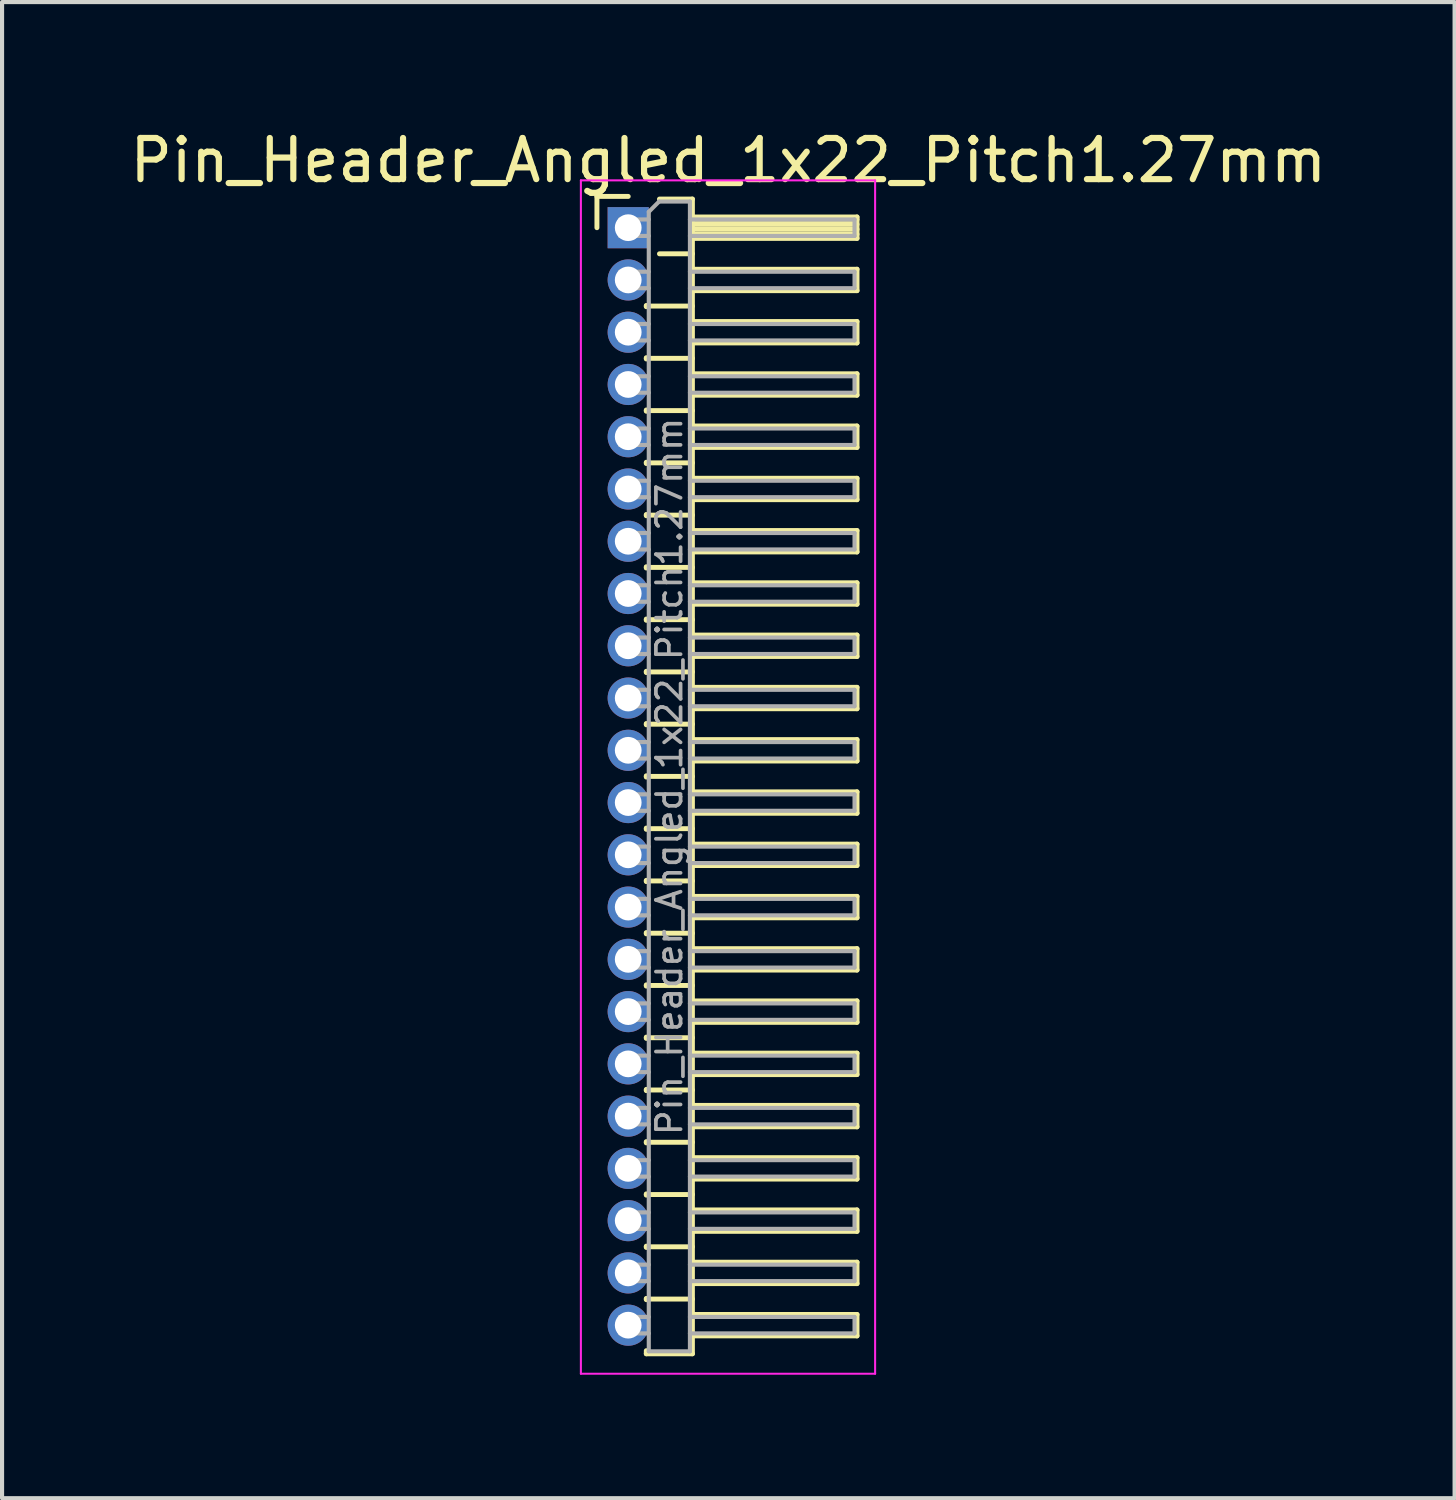
<source format=kicad_pcb>
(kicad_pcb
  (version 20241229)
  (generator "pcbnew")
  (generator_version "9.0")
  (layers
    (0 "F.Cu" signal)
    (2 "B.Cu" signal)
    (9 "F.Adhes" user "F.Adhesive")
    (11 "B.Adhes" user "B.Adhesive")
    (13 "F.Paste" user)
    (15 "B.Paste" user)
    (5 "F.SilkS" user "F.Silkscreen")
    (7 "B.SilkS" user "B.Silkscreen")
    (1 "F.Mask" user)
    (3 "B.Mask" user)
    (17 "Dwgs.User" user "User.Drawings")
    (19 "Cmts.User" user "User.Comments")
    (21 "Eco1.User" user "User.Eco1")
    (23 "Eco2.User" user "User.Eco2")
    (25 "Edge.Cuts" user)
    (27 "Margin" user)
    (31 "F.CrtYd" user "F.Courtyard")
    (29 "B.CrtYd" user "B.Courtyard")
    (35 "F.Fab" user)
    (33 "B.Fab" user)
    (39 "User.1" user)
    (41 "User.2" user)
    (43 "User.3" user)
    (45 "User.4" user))
  (footprint "Pin_Header_Angled_1x22_Pitch1.27mm"
    (layer "F.Cu")
    (at 12.216 2.483)
    (property "Reference" "Pin_Header_Angled_1x22_Pitch1.27mm" (at 2.433 -1.635 0) (layer "F.SilkS") (effects (font (size 1 1) (thickness 0.15))))
    (attr through_hole)
    (fp_line (start -0.76 -0.76) (end 0 -0.76) (stroke (width 0.12) (type solid)) (layer "F.SilkS"))
    (fp_line (start -0.76 0) (end -0.76 -0.76) (stroke (width 0.12) (type solid)) (layer "F.SilkS"))
    (fp_line (start 0.44 1.89) (end 0.44 1.92) (stroke (width 0.12) (type solid)) (layer "F.SilkS"))
    (fp_line (start 0.44 1.905) (end 1.56 1.905) (stroke (width 0.12) (type solid)) (layer "F.SilkS"))
    (fp_line (start 0.44 3.16) (end 0.44 3.19) (stroke (width 0.12) (type solid)) (layer "F.SilkS"))
    (fp_line (start 0.44 3.175) (end 1.56 3.175) (stroke (width 0.12) (type solid)) (layer "F.SilkS"))
    (fp_line (start 0.44 4.43) (end 0.44 4.46) (stroke (width 0.12) (type solid)) (layer "F.SilkS"))
    (fp_line (start 0.44 4.445) (end 1.56 4.445) (stroke (width 0.12) (type solid)) (layer "F.SilkS"))
    (fp_line (start 0.44 5.7) (end 0.44 5.73) (stroke (width 0.12) (type solid)) (layer "F.SilkS"))
    (fp_line (start 0.44 5.715) (end 1.56 5.715) (stroke (width 0.12) (type solid)) (layer "F.SilkS"))
    (fp_line (start 0.44 6.97) (end 0.44 7) (stroke (width 0.12) (type solid)) (layer "F.SilkS"))
    (fp_line (start 0.44 6.985) (end 1.56 6.985) (stroke (width 0.12) (type solid)) (layer "F.SilkS"))
    (fp_line (start 0.44 8.24) (end 0.44 8.27) (stroke (width 0.12) (type solid)) (layer "F.SilkS"))
    (fp_line (start 0.44 8.255) (end 1.56 8.255) (stroke (width 0.12) (type solid)) (layer "F.SilkS"))
    (fp_line (start 0.44 9.51) (end 0.44 9.54) (stroke (width 0.12) (type solid)) (layer "F.SilkS"))
    (fp_line (start 0.44 9.525) (end 1.56 9.525) (stroke (width 0.12) (type solid)) (layer "F.SilkS"))
    (fp_line (start 0.44 10.78) (end 0.44 10.81) (stroke (width 0.12) (type solid)) (layer "F.SilkS"))
    (fp_line (start 0.44 10.795) (end 1.56 10.795) (stroke (width 0.12) (type solid)) (layer "F.SilkS"))
    (fp_line (start 0.44 12.05) (end 0.44 12.08) (stroke (width 0.12) (type solid)) (layer "F.SilkS"))
    (fp_line (start 0.44 12.065) (end 1.56 12.065) (stroke (width 0.12) (type solid)) (layer "F.SilkS"))
    (fp_line (start 0.44 13.32) (end 0.44 13.35) (stroke (width 0.12) (type solid)) (layer "F.SilkS"))
    (fp_line (start 0.44 13.335) (end 1.56 13.335) (stroke (width 0.12) (type solid)) (layer "F.SilkS"))
    (fp_line (start 0.44 14.59) (end 0.44 14.62) (stroke (width 0.12) (type solid)) (layer "F.SilkS"))
    (fp_line (start 0.44 14.605) (end 1.56 14.605) (stroke (width 0.12) (type solid)) (layer "F.SilkS"))
    (fp_line (start 0.44 15.86) (end 0.44 15.89) (stroke (width 0.12) (type solid)) (layer "F.SilkS"))
    (fp_line (start 0.44 15.875) (end 1.56 15.875) (stroke (width 0.12) (type solid)) (layer "F.SilkS"))
    (fp_line (start 0.44 17.13) (end 0.44 17.16) (stroke (width 0.12) (type solid)) (layer "F.SilkS"))
    (fp_line (start 0.44 17.145) (end 1.56 17.145) (stroke (width 0.12) (type solid)) (layer "F.SilkS"))
    (fp_line (start 0.44 18.4) (end 0.44 18.43) (stroke (width 0.12) (type solid)) (layer "F.SilkS"))
    (fp_line (start 0.44 18.415) (end 1.56 18.415) (stroke (width 0.12) (type solid)) (layer "F.SilkS"))
    (fp_line (start 0.44 19.67) (end 0.44 19.7) (stroke (width 0.12) (type solid)) (layer "F.SilkS"))
    (fp_line (start 0.44 19.685) (end 1.56 19.685) (stroke (width 0.12) (type solid)) (layer "F.SilkS"))
    (fp_line (start 0.44 20.94) (end 0.44 20.97) (stroke (width 0.12) (type solid)) (layer "F.SilkS"))
    (fp_line (start 0.44 20.955) (end 1.56 20.955) (stroke (width 0.12) (type solid)) (layer "F.SilkS"))
    (fp_line (start 0.44 22.21) (end 0.44 22.24) (stroke (width 0.12) (type solid)) (layer "F.SilkS"))
    (fp_line (start 0.44 22.225) (end 1.56 22.225) (stroke (width 0.12) (type solid)) (layer "F.SilkS"))
    (fp_line (start 0.44 23.48) (end 0.44 23.51) (stroke (width 0.12) (type solid)) (layer "F.SilkS"))
    (fp_line (start 0.44 23.495) (end 1.56 23.495) (stroke (width 0.12) (type solid)) (layer "F.SilkS"))
    (fp_line (start 0.44 24.75) (end 0.44 24.78) (stroke (width 0.12) (type solid)) (layer "F.SilkS"))
    (fp_line (start 0.44 24.765) (end 1.56 24.765) (stroke (width 0.12) (type solid)) (layer "F.SilkS"))
    (fp_line (start 0.44 26.02) (end 0.44 26.05) (stroke (width 0.12) (type solid)) (layer "F.SilkS"))
    (fp_line (start 0.44 26.035) (end 1.56 26.035) (stroke (width 0.12) (type solid)) (layer "F.SilkS"))
    (fp_line (start 0.44 27.365) (end 0.44 27.29) (stroke (width 0.12) (type solid)) (layer "F.SilkS"))
    (fp_line (start 0.76 -0.695) (end 1.56 -0.695) (stroke (width 0.12) (type solid)) (layer "F.SilkS"))
    (fp_line (start 0.76 0.635) (end 1.56 0.635) (stroke (width 0.12) (type solid)) (layer "F.SilkS"))
    (fp_line (start 1.56 -0.695) (end 1.56 27.365) (stroke (width 0.12) (type solid)) (layer "F.SilkS"))
    (fp_line (start 1.56 -0.26) (end 5.56 -0.26) (stroke (width 0.12) (type solid)) (layer "F.SilkS"))
    (fp_line (start 1.56 -0.2) (end 5.56 -0.2) (stroke (width 0.12) (type solid)) (layer "F.SilkS"))
    (fp_line (start 1.56 -0.08) (end 5.56 -0.08) (stroke (width 0.12) (type solid)) (layer "F.SilkS"))
    (fp_line (start 1.56 0.04) (end 5.56 0.04) (stroke (width 0.12) (type solid)) (layer "F.SilkS"))
    (fp_line (start 1.56 0.16) (end 5.56 0.16) (stroke (width 0.12) (type solid)) (layer "F.SilkS"))
    (fp_line (start 1.56 1.01) (end 5.56 1.01) (stroke (width 0.12) (type solid)) (layer "F.SilkS"))
    (fp_line (start 1.56 2.28) (end 5.56 2.28) (stroke (width 0.12) (type solid)) (layer "F.SilkS"))
    (fp_line (start 1.56 3.55) (end 5.56 3.55) (stroke (width 0.12) (type solid)) (layer "F.SilkS"))
    (fp_line (start 1.56 4.82) (end 5.56 4.82) (stroke (width 0.12) (type solid)) (layer "F.SilkS"))
    (fp_line (start 1.56 6.09) (end 5.56 6.09) (stroke (width 0.12) (type solid)) (layer "F.SilkS"))
    (fp_line (start 1.56 7.36) (end 5.56 7.36) (stroke (width 0.12) (type solid)) (layer "F.SilkS"))
    (fp_line (start 1.56 8.63) (end 5.56 8.63) (stroke (width 0.12) (type solid)) (layer "F.SilkS"))
    (fp_line (start 1.56 9.9) (end 5.56 9.9) (stroke (width 0.12) (type solid)) (layer "F.SilkS"))
    (fp_line (start 1.56 11.17) (end 5.56 11.17) (stroke (width 0.12) (type solid)) (layer "F.SilkS"))
    (fp_line (start 1.56 12.44) (end 5.56 12.44) (stroke (width 0.12) (type solid)) (layer "F.SilkS"))
    (fp_line (start 1.56 13.71) (end 5.56 13.71) (stroke (width 0.12) (type solid)) (layer "F.SilkS"))
    (fp_line (start 1.56 14.98) (end 5.56 14.98) (stroke (width 0.12) (type solid)) (layer "F.SilkS"))
    (fp_line (start 1.56 16.25) (end 5.56 16.25) (stroke (width 0.12) (type solid)) (layer "F.SilkS"))
    (fp_line (start 1.56 17.52) (end 5.56 17.52) (stroke (width 0.12) (type solid)) (layer "F.SilkS"))
    (fp_line (start 1.56 18.79) (end 5.56 18.79) (stroke (width 0.12) (type solid)) (layer "F.SilkS"))
    (fp_line (start 1.56 20.06) (end 5.56 20.06) (stroke (width 0.12) (type solid)) (layer "F.SilkS"))
    (fp_line (start 1.56 21.33) (end 5.56 21.33) (stroke (width 0.12) (type solid)) (layer "F.SilkS"))
    (fp_line (start 1.56 22.6) (end 5.56 22.6) (stroke (width 0.12) (type solid)) (layer "F.SilkS"))
    (fp_line (start 1.56 23.87) (end 5.56 23.87) (stroke (width 0.12) (type solid)) (layer "F.SilkS"))
    (fp_line (start 1.56 25.14) (end 5.56 25.14) (stroke (width 0.12) (type solid)) (layer "F.SilkS"))
    (fp_line (start 1.56 26.41) (end 5.56 26.41) (stroke (width 0.12) (type solid)) (layer "F.SilkS"))
    (fp_line (start 1.56 27.365) (end 0.44 27.365) (stroke (width 0.12) (type solid)) (layer "F.SilkS"))
    (fp_line (start 5.56 -0.26) (end 5.56 0.26) (stroke (width 0.12) (type solid)) (layer "F.SilkS"))
    (fp_line (start 5.56 0.26) (end 1.56 0.26) (stroke (width 0.12) (type solid)) (layer "F.SilkS"))
    (fp_line (start 5.56 1.01) (end 5.56 1.53) (stroke (width 0.12) (type solid)) (layer "F.SilkS"))
    (fp_line (start 5.56 1.53) (end 1.56 1.53) (stroke (width 0.12) (type solid)) (layer "F.SilkS"))
    (fp_line (start 5.56 2.28) (end 5.56 2.8) (stroke (width 0.12) (type solid)) (layer "F.SilkS"))
    (fp_line (start 5.56 2.8) (end 1.56 2.8) (stroke (width 0.12) (type solid)) (layer "F.SilkS"))
    (fp_line (start 5.56 3.55) (end 5.56 4.07) (stroke (width 0.12) (type solid)) (layer "F.SilkS"))
    (fp_line (start 5.56 4.07) (end 1.56 4.07) (stroke (width 0.12) (type solid)) (layer "F.SilkS"))
    (fp_line (start 5.56 4.82) (end 5.56 5.34) (stroke (width 0.12) (type solid)) (layer "F.SilkS"))
    (fp_line (start 5.56 5.34) (end 1.56 5.34) (stroke (width 0.12) (type solid)) (layer "F.SilkS"))
    (fp_line (start 5.56 6.09) (end 5.56 6.61) (stroke (width 0.12) (type solid)) (layer "F.SilkS"))
    (fp_line (start 5.56 6.61) (end 1.56 6.61) (stroke (width 0.12) (type solid)) (layer "F.SilkS"))
    (fp_line (start 5.56 7.36) (end 5.56 7.88) (stroke (width 0.12) (type solid)) (layer "F.SilkS"))
    (fp_line (start 5.56 7.88) (end 1.56 7.88) (stroke (width 0.12) (type solid)) (layer "F.SilkS"))
    (fp_line (start 5.56 8.63) (end 5.56 9.15) (stroke (width 0.12) (type solid)) (layer "F.SilkS"))
    (fp_line (start 5.56 9.15) (end 1.56 9.15) (stroke (width 0.12) (type solid)) (layer "F.SilkS"))
    (fp_line (start 5.56 9.9) (end 5.56 10.42) (stroke (width 0.12) (type solid)) (layer "F.SilkS"))
    (fp_line (start 5.56 10.42) (end 1.56 10.42) (stroke (width 0.12) (type solid)) (layer "F.SilkS"))
    (fp_line (start 5.56 11.17) (end 5.56 11.69) (stroke (width 0.12) (type solid)) (layer "F.SilkS"))
    (fp_line (start 5.56 11.69) (end 1.56 11.69) (stroke (width 0.12) (type solid)) (layer "F.SilkS"))
    (fp_line (start 5.56 12.44) (end 5.56 12.96) (stroke (width 0.12) (type solid)) (layer "F.SilkS"))
    (fp_line (start 5.56 12.96) (end 1.56 12.96) (stroke (width 0.12) (type solid)) (layer "F.SilkS"))
    (fp_line (start 5.56 13.71) (end 5.56 14.23) (stroke (width 0.12) (type solid)) (layer "F.SilkS"))
    (fp_line (start 5.56 14.23) (end 1.56 14.23) (stroke (width 0.12) (type solid)) (layer "F.SilkS"))
    (fp_line (start 5.56 14.98) (end 5.56 15.5) (stroke (width 0.12) (type solid)) (layer "F.SilkS"))
    (fp_line (start 5.56 15.5) (end 1.56 15.5) (stroke (width 0.12) (type solid)) (layer "F.SilkS"))
    (fp_line (start 5.56 16.25) (end 5.56 16.77) (stroke (width 0.12) (type solid)) (layer "F.SilkS"))
    (fp_line (start 5.56 16.77) (end 1.56 16.77) (stroke (width 0.12) (type solid)) (layer "F.SilkS"))
    (fp_line (start 5.56 17.52) (end 5.56 18.04) (stroke (width 0.12) (type solid)) (layer "F.SilkS"))
    (fp_line (start 5.56 18.04) (end 1.56 18.04) (stroke (width 0.12) (type solid)) (layer "F.SilkS"))
    (fp_line (start 5.56 18.79) (end 5.56 19.31) (stroke (width 0.12) (type solid)) (layer "F.SilkS"))
    (fp_line (start 5.56 19.31) (end 1.56 19.31) (stroke (width 0.12) (type solid)) (layer "F.SilkS"))
    (fp_line (start 5.56 20.06) (end 5.56 20.58) (stroke (width 0.12) (type solid)) (layer "F.SilkS"))
    (fp_line (start 5.56 20.58) (end 1.56 20.58) (stroke (width 0.12) (type solid)) (layer "F.SilkS"))
    (fp_line (start 5.56 21.33) (end 5.56 21.85) (stroke (width 0.12) (type solid)) (layer "F.SilkS"))
    (fp_line (start 5.56 21.85) (end 1.56 21.85) (stroke (width 0.12) (type solid)) (layer "F.SilkS"))
    (fp_line (start 5.56 22.6) (end 5.56 23.12) (stroke (width 0.12) (type solid)) (layer "F.SilkS"))
    (fp_line (start 5.56 23.12) (end 1.56 23.12) (stroke (width 0.12) (type solid)) (layer "F.SilkS"))
    (fp_line (start 5.56 23.87) (end 5.56 24.39) (stroke (width 0.12) (type solid)) (layer "F.SilkS"))
    (fp_line (start 5.56 24.39) (end 1.56 24.39) (stroke (width 0.12) (type solid)) (layer "F.SilkS"))
    (fp_line (start 5.56 25.14) (end 5.56 25.66) (stroke (width 0.12) (type solid)) (layer "F.SilkS"))
    (fp_line (start 5.56 25.66) (end 1.56 25.66) (stroke (width 0.12) (type solid)) (layer "F.SilkS"))
    (fp_line (start 5.56 26.41) (end 5.56 26.93) (stroke (width 0.12) (type solid)) (layer "F.SilkS"))
    (fp_line (start 5.56 26.93) (end 1.56 26.93) (stroke (width 0.12) (type solid)) (layer "F.SilkS"))
    (fp_line (start -1.15 -1.15) (end -1.15 27.85) (stroke (width 0.05) (type solid)) (layer "F.CrtYd"))
    (fp_line (start -1.15 27.85) (end 6 27.85) (stroke (width 0.05) (type solid)) (layer "F.CrtYd"))
    (fp_line (start 6 -1.15) (end -1.15 -1.15) (stroke (width 0.05) (type solid)) (layer "F.CrtYd"))
    (fp_line (start 6 27.85) (end 6 -1.15) (stroke (width 0.05) (type solid)) (layer "F.CrtYd"))
    (fp_line (start -0.2 -0.2) (end -0.2 0.2) (stroke (width 0.1) (type solid)) (layer "F.Fab"))
    (fp_line (start -0.2 -0.2) (end 0.5 -0.2) (stroke (width 0.1) (type solid)) (layer "F.Fab"))
    (fp_line (start -0.2 0.2) (end 0.5 0.2) (stroke (width 0.1) (type solid)) (layer "F.Fab"))
    (fp_line (start -0.2 1.07) (end -0.2 1.47) (stroke (width 0.1) (type solid)) (layer "F.Fab"))
    (fp_line (start -0.2 1.07) (end 0.5 1.07) (stroke (width 0.1) (type solid)) (layer "F.Fab"))
    (fp_line (start -0.2 1.47) (end 0.5 1.47) (stroke (width 0.1) (type solid)) (layer "F.Fab"))
    (fp_line (start -0.2 2.34) (end -0.2 2.74) (stroke (width 0.1) (type solid)) (layer "F.Fab"))
    (fp_line (start -0.2 2.34) (end 0.5 2.34) (stroke (width 0.1) (type solid)) (layer "F.Fab"))
    (fp_line (start -0.2 2.74) (end 0.5 2.74) (stroke (width 0.1) (type solid)) (layer "F.Fab"))
    (fp_line (start -0.2 3.61) (end -0.2 4.01) (stroke (width 0.1) (type solid)) (layer "F.Fab"))
    (fp_line (start -0.2 3.61) (end 0.5 3.61) (stroke (width 0.1) (type solid)) (layer "F.Fab"))
    (fp_line (start -0.2 4.01) (end 0.5 4.01) (stroke (width 0.1) (type solid)) (layer "F.Fab"))
    (fp_line (start -0.2 4.88) (end -0.2 5.28) (stroke (width 0.1) (type solid)) (layer "F.Fab"))
    (fp_line (start -0.2 4.88) (end 0.5 4.88) (stroke (width 0.1) (type solid)) (layer "F.Fab"))
    (fp_line (start -0.2 5.28) (end 0.5 5.28) (stroke (width 0.1) (type solid)) (layer "F.Fab"))
    (fp_line (start -0.2 6.15) (end -0.2 6.55) (stroke (width 0.1) (type solid)) (layer "F.Fab"))
    (fp_line (start -0.2 6.15) (end 0.5 6.15) (stroke (width 0.1) (type solid)) (layer "F.Fab"))
    (fp_line (start -0.2 6.55) (end 0.5 6.55) (stroke (width 0.1) (type solid)) (layer "F.Fab"))
    (fp_line (start -0.2 7.42) (end -0.2 7.82) (stroke (width 0.1) (type solid)) (layer "F.Fab"))
    (fp_line (start -0.2 7.42) (end 0.5 7.42) (stroke (width 0.1) (type solid)) (layer "F.Fab"))
    (fp_line (start -0.2 7.82) (end 0.5 7.82) (stroke (width 0.1) (type solid)) (layer "F.Fab"))
    (fp_line (start -0.2 8.69) (end -0.2 9.09) (stroke (width 0.1) (type solid)) (layer "F.Fab"))
    (fp_line (start -0.2 8.69) (end 0.5 8.69) (stroke (width 0.1) (type solid)) (layer "F.Fab"))
    (fp_line (start -0.2 9.09) (end 0.5 9.09) (stroke (width 0.1) (type solid)) (layer "F.Fab"))
    (fp_line (start -0.2 9.96) (end -0.2 10.36) (stroke (width 0.1) (type solid)) (layer "F.Fab"))
    (fp_line (start -0.2 9.96) (end 0.5 9.96) (stroke (width 0.1) (type solid)) (layer "F.Fab"))
    (fp_line (start -0.2 10.36) (end 0.5 10.36) (stroke (width 0.1) (type solid)) (layer "F.Fab"))
    (fp_line (start -0.2 11.23) (end -0.2 11.63) (stroke (width 0.1) (type solid)) (layer "F.Fab"))
    (fp_line (start -0.2 11.23) (end 0.5 11.23) (stroke (width 0.1) (type solid)) (layer "F.Fab"))
    (fp_line (start -0.2 11.63) (end 0.5 11.63) (stroke (width 0.1) (type solid)) (layer "F.Fab"))
    (fp_line (start -0.2 12.5) (end -0.2 12.9) (stroke (width 0.1) (type solid)) (layer "F.Fab"))
    (fp_line (start -0.2 12.5) (end 0.5 12.5) (stroke (width 0.1) (type solid)) (layer "F.Fab"))
    (fp_line (start -0.2 12.9) (end 0.5 12.9) (stroke (width 0.1) (type solid)) (layer "F.Fab"))
    (fp_line (start -0.2 13.77) (end -0.2 14.17) (stroke (width 0.1) (type solid)) (layer "F.Fab"))
    (fp_line (start -0.2 13.77) (end 0.5 13.77) (stroke (width 0.1) (type solid)) (layer "F.Fab"))
    (fp_line (start -0.2 14.17) (end 0.5 14.17) (stroke (width 0.1) (type solid)) (layer "F.Fab"))
    (fp_line (start -0.2 15.04) (end -0.2 15.44) (stroke (width 0.1) (type solid)) (layer "F.Fab"))
    (fp_line (start -0.2 15.04) (end 0.5 15.04) (stroke (width 0.1) (type solid)) (layer "F.Fab"))
    (fp_line (start -0.2 15.44) (end 0.5 15.44) (stroke (width 0.1) (type solid)) (layer "F.Fab"))
    (fp_line (start -0.2 16.31) (end -0.2 16.71) (stroke (width 0.1) (type solid)) (layer "F.Fab"))
    (fp_line (start -0.2 16.31) (end 0.5 16.31) (stroke (width 0.1) (type solid)) (layer "F.Fab"))
    (fp_line (start -0.2 16.71) (end 0.5 16.71) (stroke (width 0.1) (type solid)) (layer "F.Fab"))
    (fp_line (start -0.2 17.58) (end -0.2 17.98) (stroke (width 0.1) (type solid)) (layer "F.Fab"))
    (fp_line (start -0.2 17.58) (end 0.5 17.58) (stroke (width 0.1) (type solid)) (layer "F.Fab"))
    (fp_line (start -0.2 17.98) (end 0.5 17.98) (stroke (width 0.1) (type solid)) (layer "F.Fab"))
    (fp_line (start -0.2 18.85) (end -0.2 19.25) (stroke (width 0.1) (type solid)) (layer "F.Fab"))
    (fp_line (start -0.2 18.85) (end 0.5 18.85) (stroke (width 0.1) (type solid)) (layer "F.Fab"))
    (fp_line (start -0.2 19.25) (end 0.5 19.25) (stroke (width 0.1) (type solid)) (layer "F.Fab"))
    (fp_line (start -0.2 20.12) (end -0.2 20.52) (stroke (width 0.1) (type solid)) (layer "F.Fab"))
    (fp_line (start -0.2 20.12) (end 0.5 20.12) (stroke (width 0.1) (type solid)) (layer "F.Fab"))
    (fp_line (start -0.2 20.52) (end 0.5 20.52) (stroke (width 0.1) (type solid)) (layer "F.Fab"))
    (fp_line (start -0.2 21.39) (end -0.2 21.79) (stroke (width 0.1) (type solid)) (layer "F.Fab"))
    (fp_line (start -0.2 21.39) (end 0.5 21.39) (stroke (width 0.1) (type solid)) (layer "F.Fab"))
    (fp_line (start -0.2 21.79) (end 0.5 21.79) (stroke (width 0.1) (type solid)) (layer "F.Fab"))
    (fp_line (start -0.2 22.66) (end -0.2 23.06) (stroke (width 0.1) (type solid)) (layer "F.Fab"))
    (fp_line (start -0.2 22.66) (end 0.5 22.66) (stroke (width 0.1) (type solid)) (layer "F.Fab"))
    (fp_line (start -0.2 23.06) (end 0.5 23.06) (stroke (width 0.1) (type solid)) (layer "F.Fab"))
    (fp_line (start -0.2 23.93) (end -0.2 24.33) (stroke (width 0.1) (type solid)) (layer "F.Fab"))
    (fp_line (start -0.2 23.93) (end 0.5 23.93) (stroke (width 0.1) (type solid)) (layer "F.Fab"))
    (fp_line (start -0.2 24.33) (end 0.5 24.33) (stroke (width 0.1) (type solid)) (layer "F.Fab"))
    (fp_line (start -0.2 25.2) (end -0.2 25.6) (stroke (width 0.1) (type solid)) (layer "F.Fab"))
    (fp_line (start -0.2 25.2) (end 0.5 25.2) (stroke (width 0.1) (type solid)) (layer "F.Fab"))
    (fp_line (start -0.2 25.6) (end 0.5 25.6) (stroke (width 0.1) (type solid)) (layer "F.Fab"))
    (fp_line (start -0.2 26.47) (end -0.2 26.87) (stroke (width 0.1) (type solid)) (layer "F.Fab"))
    (fp_line (start -0.2 26.47) (end 0.5 26.47) (stroke (width 0.1) (type solid)) (layer "F.Fab"))
    (fp_line (start -0.2 26.87) (end 0.5 26.87) (stroke (width 0.1) (type solid)) (layer "F.Fab"))
    (fp_line (start 0.5 -0.385) (end 0.75 -0.635) (stroke (width 0.1) (type solid)) (layer "F.Fab"))
    (fp_line (start 0.5 27.305) (end 0.5 -0.385) (stroke (width 0.1) (type solid)) (layer "F.Fab"))
    (fp_line (start 0.75 -0.635) (end 1.5 -0.635) (stroke (width 0.1) (type solid)) (layer "F.Fab"))
    (fp_line (start 1.5 -0.635) (end 1.5 27.305) (stroke (width 0.1) (type solid)) (layer "F.Fab"))
    (fp_line (start 1.5 -0.2) (end 5.5 -0.2) (stroke (width 0.1) (type solid)) (layer "F.Fab"))
    (fp_line (start 1.5 0.2) (end 5.5 0.2) (stroke (width 0.1) (type solid)) (layer "F.Fab"))
    (fp_line (start 1.5 1.07) (end 5.5 1.07) (stroke (width 0.1) (type solid)) (layer "F.Fab"))
    (fp_line (start 1.5 1.47) (end 5.5 1.47) (stroke (width 0.1) (type solid)) (layer "F.Fab"))
    (fp_line (start 1.5 2.34) (end 5.5 2.34) (stroke (width 0.1) (type solid)) (layer "F.Fab"))
    (fp_line (start 1.5 2.74) (end 5.5 2.74) (stroke (width 0.1) (type solid)) (layer "F.Fab"))
    (fp_line (start 1.5 3.61) (end 5.5 3.61) (stroke (width 0.1) (type solid)) (layer "F.Fab"))
    (fp_line (start 1.5 4.01) (end 5.5 4.01) (stroke (width 0.1) (type solid)) (layer "F.Fab"))
    (fp_line (start 1.5 4.88) (end 5.5 4.88) (stroke (width 0.1) (type solid)) (layer "F.Fab"))
    (fp_line (start 1.5 5.28) (end 5.5 5.28) (stroke (width 0.1) (type solid)) (layer "F.Fab"))
    (fp_line (start 1.5 6.15) (end 5.5 6.15) (stroke (width 0.1) (type solid)) (layer "F.Fab"))
    (fp_line (start 1.5 6.55) (end 5.5 6.55) (stroke (width 0.1) (type solid)) (layer "F.Fab"))
    (fp_line (start 1.5 7.42) (end 5.5 7.42) (stroke (width 0.1) (type solid)) (layer "F.Fab"))
    (fp_line (start 1.5 7.82) (end 5.5 7.82) (stroke (width 0.1) (type solid)) (layer "F.Fab"))
    (fp_line (start 1.5 8.69) (end 5.5 8.69) (stroke (width 0.1) (type solid)) (layer "F.Fab"))
    (fp_line (start 1.5 9.09) (end 5.5 9.09) (stroke (width 0.1) (type solid)) (layer "F.Fab"))
    (fp_line (start 1.5 9.96) (end 5.5 9.96) (stroke (width 0.1) (type solid)) (layer "F.Fab"))
    (fp_line (start 1.5 10.36) (end 5.5 10.36) (stroke (width 0.1) (type solid)) (layer "F.Fab"))
    (fp_line (start 1.5 11.23) (end 5.5 11.23) (stroke (width 0.1) (type solid)) (layer "F.Fab"))
    (fp_line (start 1.5 11.63) (end 5.5 11.63) (stroke (width 0.1) (type solid)) (layer "F.Fab"))
    (fp_line (start 1.5 12.5) (end 5.5 12.5) (stroke (width 0.1) (type solid)) (layer "F.Fab"))
    (fp_line (start 1.5 12.9) (end 5.5 12.9) (stroke (width 0.1) (type solid)) (layer "F.Fab"))
    (fp_line (start 1.5 13.77) (end 5.5 13.77) (stroke (width 0.1) (type solid)) (layer "F.Fab"))
    (fp_line (start 1.5 14.17) (end 5.5 14.17) (stroke (width 0.1) (type solid)) (layer "F.Fab"))
    (fp_line (start 1.5 15.04) (end 5.5 15.04) (stroke (width 0.1) (type solid)) (layer "F.Fab"))
    (fp_line (start 1.5 15.44) (end 5.5 15.44) (stroke (width 0.1) (type solid)) (layer "F.Fab"))
    (fp_line (start 1.5 16.31) (end 5.5 16.31) (stroke (width 0.1) (type solid)) (layer "F.Fab"))
    (fp_line (start 1.5 16.71) (end 5.5 16.71) (stroke (width 0.1) (type solid)) (layer "F.Fab"))
    (fp_line (start 1.5 17.58) (end 5.5 17.58) (stroke (width 0.1) (type solid)) (layer "F.Fab"))
    (fp_line (start 1.5 17.98) (end 5.5 17.98) (stroke (width 0.1) (type solid)) (layer "F.Fab"))
    (fp_line (start 1.5 18.85) (end 5.5 18.85) (stroke (width 0.1) (type solid)) (layer "F.Fab"))
    (fp_line (start 1.5 19.25) (end 5.5 19.25) (stroke (width 0.1) (type solid)) (layer "F.Fab"))
    (fp_line (start 1.5 20.12) (end 5.5 20.12) (stroke (width 0.1) (type solid)) (layer "F.Fab"))
    (fp_line (start 1.5 20.52) (end 5.5 20.52) (stroke (width 0.1) (type solid)) (layer "F.Fab"))
    (fp_line (start 1.5 21.39) (end 5.5 21.39) (stroke (width 0.1) (type solid)) (layer "F.Fab"))
    (fp_line (start 1.5 21.79) (end 5.5 21.79) (stroke (width 0.1) (type solid)) (layer "F.Fab"))
    (fp_line (start 1.5 22.66) (end 5.5 22.66) (stroke (width 0.1) (type solid)) (layer "F.Fab"))
    (fp_line (start 1.5 23.06) (end 5.5 23.06) (stroke (width 0.1) (type solid)) (layer "F.Fab"))
    (fp_line (start 1.5 23.93) (end 5.5 23.93) (stroke (width 0.1) (type solid)) (layer "F.Fab"))
    (fp_line (start 1.5 24.33) (end 5.5 24.33) (stroke (width 0.1) (type solid)) (layer "F.Fab"))
    (fp_line (start 1.5 25.2) (end 5.5 25.2) (stroke (width 0.1) (type solid)) (layer "F.Fab"))
    (fp_line (start 1.5 25.6) (end 5.5 25.6) (stroke (width 0.1) (type solid)) (layer "F.Fab"))
    (fp_line (start 1.5 26.47) (end 5.5 26.47) (stroke (width 0.1) (type solid)) (layer "F.Fab"))
    (fp_line (start 1.5 26.87) (end 5.5 26.87) (stroke (width 0.1) (type solid)) (layer "F.Fab"))
    (fp_line (start 1.5 27.305) (end 0.5 27.305) (stroke (width 0.1) (type solid)) (layer "F.Fab"))
    (fp_line (start 5.5 -0.2) (end 5.5 0.2) (stroke (width 0.1) (type solid)) (layer "F.Fab"))
    (fp_line (start 5.5 1.07) (end 5.5 1.47) (stroke (width 0.1) (type solid)) (layer "F.Fab"))
    (fp_line (start 5.5 2.34) (end 5.5 2.74) (stroke (width 0.1) (type solid)) (layer "F.Fab"))
    (fp_line (start 5.5 3.61) (end 5.5 4.01) (stroke (width 0.1) (type solid)) (layer "F.Fab"))
    (fp_line (start 5.5 4.88) (end 5.5 5.28) (stroke (width 0.1) (type solid)) (layer "F.Fab"))
    (fp_line (start 5.5 6.15) (end 5.5 6.55) (stroke (width 0.1) (type solid)) (layer "F.Fab"))
    (fp_line (start 5.5 7.42) (end 5.5 7.82) (stroke (width 0.1) (type solid)) (layer "F.Fab"))
    (fp_line (start 5.5 8.69) (end 5.5 9.09) (stroke (width 0.1) (type solid)) (layer "F.Fab"))
    (fp_line (start 5.5 9.96) (end 5.5 10.36) (stroke (width 0.1) (type solid)) (layer "F.Fab"))
    (fp_line (start 5.5 11.23) (end 5.5 11.63) (stroke (width 0.1) (type solid)) (layer "F.Fab"))
    (fp_line (start 5.5 12.5) (end 5.5 12.9) (stroke (width 0.1) (type solid)) (layer "F.Fab"))
    (fp_line (start 5.5 13.77) (end 5.5 14.17) (stroke (width 0.1) (type solid)) (layer "F.Fab"))
    (fp_line (start 5.5 15.04) (end 5.5 15.44) (stroke (width 0.1) (type solid)) (layer "F.Fab"))
    (fp_line (start 5.5 16.31) (end 5.5 16.71) (stroke (width 0.1) (type solid)) (layer "F.Fab"))
    (fp_line (start 5.5 17.58) (end 5.5 17.98) (stroke (width 0.1) (type solid)) (layer "F.Fab"))
    (fp_line (start 5.5 18.85) (end 5.5 19.25) (stroke (width 0.1) (type solid)) (layer "F.Fab"))
    (fp_line (start 5.5 20.12) (end 5.5 20.52) (stroke (width 0.1) (type solid)) (layer "F.Fab"))
    (fp_line (start 5.5 21.39) (end 5.5 21.79) (stroke (width 0.1) (type solid)) (layer "F.Fab"))
    (fp_line (start 5.5 22.66) (end 5.5 23.06) (stroke (width 0.1) (type solid)) (layer "F.Fab"))
    (fp_line (start 5.5 23.93) (end 5.5 24.33) (stroke (width 0.1) (type solid)) (layer "F.Fab"))
    (fp_line (start 5.5 25.2) (end 5.5 25.6) (stroke (width 0.1) (type solid)) (layer "F.Fab"))
    (fp_line (start 5.5 26.47) (end 5.5 26.87) (stroke (width 0.1) (type solid)) (layer "F.Fab"))
    (fp_text user "${REFERENCE}" (at 1 13.335 90) (layer "F.Fab") (effects (font (size 0.6 0.6) (thickness 0.09))))
    (pad "1" thru_hole rect (at 0 0) (size 1 1) (drill 0.65) (layers "*.Cu" "*.Mask"))
    (pad "2" thru_hole oval (at 0 1.27) (size 1 1) (drill 0.65) (layers "*.Cu" "*.Mask"))
    (pad "3" thru_hole oval (at 0 2.54) (size 1 1) (drill 0.65) (layers "*.Cu" "*.Mask"))
    (pad "4" thru_hole oval (at 0 3.81) (size 1 1) (drill 0.65) (layers "*.Cu" "*.Mask"))
    (pad "5" thru_hole oval (at 0 5.08) (size 1 1) (drill 0.65) (layers "*.Cu" "*.Mask"))
    (pad "6" thru_hole oval (at 0 6.35) (size 1 1) (drill 0.65) (layers "*.Cu" "*.Mask"))
    (pad "7" thru_hole oval (at 0 7.62) (size 1 1) (drill 0.65) (layers "*.Cu" "*.Mask"))
    (pad "8" thru_hole oval (at 0 8.89) (size 1 1) (drill 0.65) (layers "*.Cu" "*.Mask"))
    (pad "9" thru_hole oval (at 0 10.16) (size 1 1) (drill 0.65) (layers "*.Cu" "*.Mask"))
    (pad "10" thru_hole oval (at 0 11.43) (size 1 1) (drill 0.65) (layers "*.Cu" "*.Mask"))
    (pad "11" thru_hole oval (at 0 12.7) (size 1 1) (drill 0.65) (layers "*.Cu" "*.Mask"))
    (pad "12" thru_hole oval (at 0 13.97) (size 1 1) (drill 0.65) (layers "*.Cu" "*.Mask"))
    (pad "13" thru_hole oval (at 0 15.24) (size 1 1) (drill 0.65) (layers "*.Cu" "*.Mask"))
    (pad "14" thru_hole oval (at 0 16.51) (size 1 1) (drill 0.65) (layers "*.Cu" "*.Mask"))
    (pad "15" thru_hole oval (at 0 17.78) (size 1 1) (drill 0.65) (layers "*.Cu" "*.Mask"))
    (pad "16" thru_hole oval (at 0 19.05) (size 1 1) (drill 0.65) (layers "*.Cu" "*.Mask"))
    (pad "17" thru_hole oval (at 0 20.32) (size 1 1) (drill 0.65) (layers "*.Cu" "*.Mask"))
    (pad "18" thru_hole oval (at 0 21.59) (size 1 1) (drill 0.65) (layers "*.Cu" "*.Mask"))
    (pad "19" thru_hole oval (at 0 22.86) (size 1 1) (drill 0.65) (layers "*.Cu" "*.Mask"))
    (pad "20" thru_hole oval (at 0 24.13) (size 1 1) (drill 0.65) (layers "*.Cu" "*.Mask"))
    (pad "21" thru_hole oval (at 0 25.4) (size 1 1) (drill 0.65) (layers "*.Cu" "*.Mask"))
    (pad "22" thru_hole oval (at 0 26.67) (size 1 1) (drill 0.65) (layers "*.Cu" "*.Mask")))
  (gr_rect
    (start -3 -3)
    (end 32.298 33.358)
    (stroke (width 0.1) (type default))
    (fill no)
    (layer "Edge.Cuts")))
</source>
